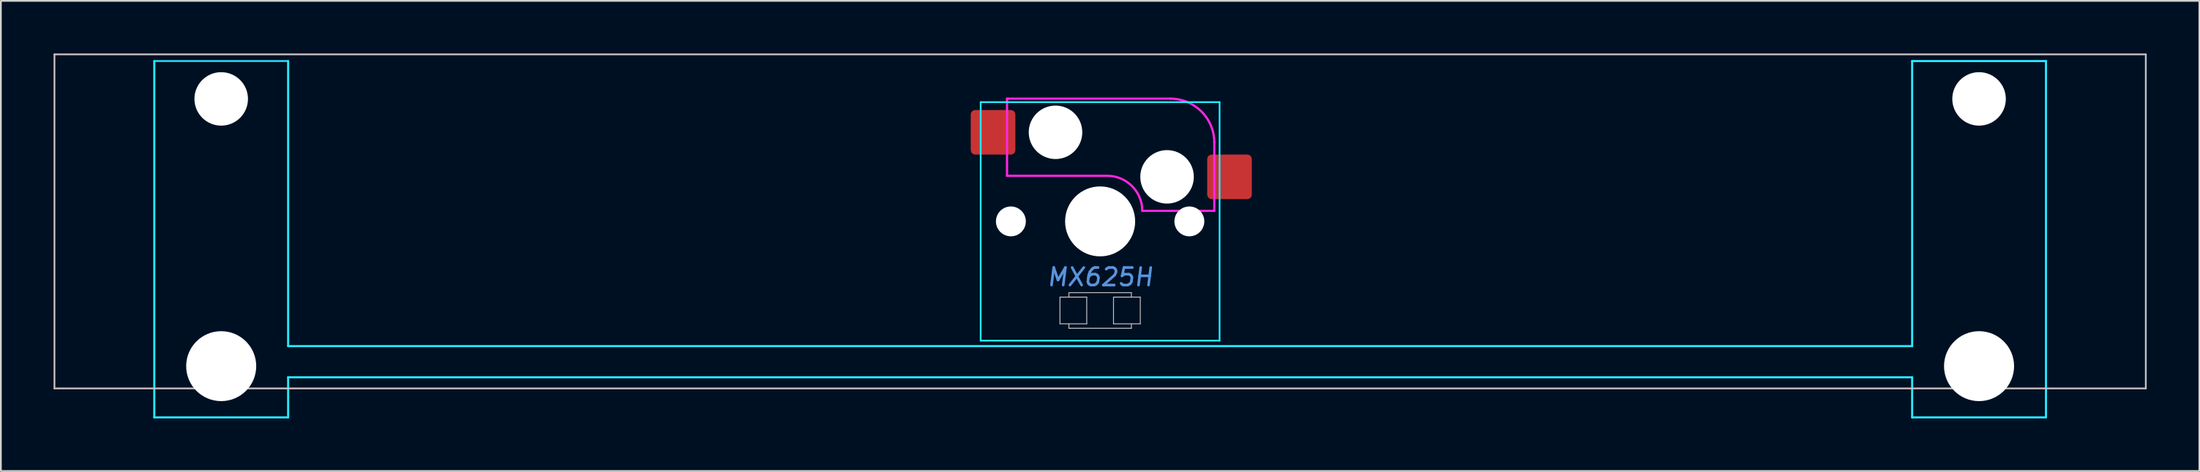
<source format=kicad_pcb>
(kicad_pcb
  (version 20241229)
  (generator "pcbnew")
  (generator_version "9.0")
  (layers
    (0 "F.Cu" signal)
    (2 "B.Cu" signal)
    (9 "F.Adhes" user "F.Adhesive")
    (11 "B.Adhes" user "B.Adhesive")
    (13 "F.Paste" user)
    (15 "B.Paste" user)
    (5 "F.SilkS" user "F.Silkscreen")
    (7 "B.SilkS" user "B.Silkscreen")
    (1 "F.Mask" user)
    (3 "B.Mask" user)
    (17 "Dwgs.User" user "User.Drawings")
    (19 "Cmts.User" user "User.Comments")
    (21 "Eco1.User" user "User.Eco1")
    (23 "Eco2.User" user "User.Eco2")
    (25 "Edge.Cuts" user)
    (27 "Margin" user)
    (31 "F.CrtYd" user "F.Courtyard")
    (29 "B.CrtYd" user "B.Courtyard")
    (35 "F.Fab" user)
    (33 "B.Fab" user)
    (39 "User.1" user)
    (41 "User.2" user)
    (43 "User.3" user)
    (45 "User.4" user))
  (footprint "MX625H"
    (layer "F.Cu")
    (at 59.581 9.575)
    (property "Reference" "MX625H" (at 0 3.175 0) (layer "Cmts.User") (effects (font (size 1 1) (thickness 0.15) (italic yes))))
    (attr smd)
    (fp_line (start -59.531 -9.525) (end -59.531 9.525) (stroke (width 0.1) (type solid)) (layer "Dwgs.User"))
    (fp_line (start -59.531 -9.525) (end 59.531 -9.525) (stroke (width 0.1) (type solid)) (layer "Dwgs.User"))
    (fp_line (start -59.531 9.525) (end 59.531 9.525) (stroke (width 0.1) (type solid)) (layer "Dwgs.User"))
    (fp_line (start -2.286 4.318) (end -0.762 4.318) (stroke (width 0.051) (type solid)) (layer "Dwgs.User"))
    (fp_line (start -2.286 5.842) (end -2.286 4.318) (stroke (width 0.051) (type solid)) (layer "Dwgs.User"))
    (fp_line (start -1.778 4.064) (end 1.778 4.064) (stroke (width 0.051) (type solid)) (layer "Dwgs.User"))
    (fp_line (start -1.778 4.318) (end -1.778 4.064) (stroke (width 0.051) (type solid)) (layer "Dwgs.User"))
    (fp_line (start -1.778 6.096) (end -1.778 5.842) (stroke (width 0.051) (type solid)) (layer "Dwgs.User"))
    (fp_line (start -0.762 4.318) (end -0.762 5.842) (stroke (width 0.051) (type solid)) (layer "Dwgs.User"))
    (fp_line (start -0.762 5.842) (end -2.286 5.842) (stroke (width 0.051) (type solid)) (layer "Dwgs.User"))
    (fp_line (start 0.762 4.318) (end 2.286 4.318) (stroke (width 0.051) (type solid)) (layer "Dwgs.User"))
    (fp_line (start 0.762 5.842) (end 0.762 4.318) (stroke (width 0.051) (type solid)) (layer "Dwgs.User"))
    (fp_line (start 1.778 4.064) (end 1.778 4.318) (stroke (width 0.051) (type solid)) (layer "Dwgs.User"))
    (fp_line (start 1.778 5.842) (end 1.778 6.096) (stroke (width 0.051) (type solid)) (layer "Dwgs.User"))
    (fp_line (start 1.778 6.096) (end -1.778 6.096) (stroke (width 0.051) (type solid)) (layer "Dwgs.User"))
    (fp_line (start 2.286 4.318) (end 2.286 5.842) (stroke (width 0.051) (type solid)) (layer "Dwgs.User"))
    (fp_line (start 2.286 5.842) (end 0.762 5.842) (stroke (width 0.051) (type solid)) (layer "Dwgs.User"))
    (fp_line (start 59.531 -9.525) (end 59.531 9.525) (stroke (width 0.1) (type solid)) (layer "Dwgs.User"))
    (fp_line (start -53.538 -5.485) (end -53.538 8.515) (stroke (width 0.1) (type solid)) (layer "Eco1.User"))
    (fp_line (start -53.038 -5.985) (end -47.038 -5.985) (stroke (width 0.1) (type solid)) (layer "Eco1.User"))
    (fp_line (start -47.038 9.015) (end -53.038 9.015) (stroke (width 0.1) (type solid)) (layer "Eco1.User"))
    (fp_line (start -46.538 8.515) (end -46.538 -5.485) (stroke (width 0.1) (type solid)) (layer "Eco1.User"))
    (fp_line (start -7 -6.5) (end -7 6.5) (stroke (width 0.1) (type solid)) (layer "Eco1.User"))
    (fp_line (start -6.5 7) (end 6.5 7) (stroke (width 0.1) (type solid)) (layer "Eco1.User"))
    (fp_line (start 6.5 -7) (end -6.5 -7) (stroke (width 0.1) (type solid)) (layer "Eco1.User"))
    (fp_line (start 7 6.5) (end 7 -6.5) (stroke (width 0.1) (type solid)) (layer "Eco1.User"))
    (fp_line (start 46.538 -5.485) (end 46.538 8.515) (stroke (width 0.1) (type solid)) (layer "Eco1.User"))
    (fp_line (start 47.038 -5.985) (end 53.038 -5.985) (stroke (width 0.1) (type solid)) (layer "Eco1.User"))
    (fp_line (start 53.038 9.015) (end 47.038 9.015) (stroke (width 0.1) (type solid)) (layer "Eco1.User"))
    (fp_line (start 53.538 8.515) (end 53.538 -5.485) (stroke (width 0.1) (type solid)) (layer "Eco1.User"))
    (fp_arc (start -53.538 -5.485) (mid -53.391553 -5.838553) (end -53.038 -5.985) (stroke (width 0.1) (type solid)) (layer "Eco1.User"))
    (fp_arc (start -53.038 9.015) (mid -53.391553 8.868553) (end -53.538 8.515) (stroke (width 0.1) (type solid)) (layer "Eco1.User"))
    (fp_arc (start -47.038 -5.985) (mid -46.684447 -5.838553) (end -46.538 -5.485) (stroke (width 0.1) (type solid)) (layer "Eco1.User"))
    (fp_arc (start -46.538 8.515) (mid -46.684447 8.868553) (end -47.038 9.015) (stroke (width 0.1) (type solid)) (layer "Eco1.User"))
    (fp_arc (start -7 -6.5) (mid -6.853553 -6.853553) (end -6.5 -7) (stroke (width 0.1) (type solid)) (layer "Eco1.User"))
    (fp_arc (start -6.5 7) (mid -6.853553 6.853553) (end -7 6.5) (stroke (width 0.1) (type solid)) (layer "Eco1.User"))
    (fp_arc (start 6.5 -7) (mid 6.853553 -6.853553) (end 7 -6.5) (stroke (width 0.1) (type solid)) (layer "Eco1.User"))
    (fp_arc (start 7 6.5) (mid 6.853553 6.853553) (end 6.5 7) (stroke (width 0.1) (type solid)) (layer "Eco1.User"))
    (fp_arc (start 46.538 -5.485) (mid 46.684447 -5.838553) (end 47.038 -5.985) (stroke (width 0.1) (type solid)) (layer "Eco1.User"))
    (fp_arc (start 47.038 9.015) (mid 46.684447 8.868553) (end 46.538 8.515) (stroke (width 0.1) (type solid)) (layer "Eco1.User"))
    (fp_arc (start 53.038 -5.985) (mid 53.391553 -5.838553) (end 53.538 -5.485) (stroke (width 0.1) (type solid)) (layer "Eco1.User"))
    (fp_arc (start 53.538 8.515) (mid 53.391553 8.868553) (end 53.038 9.015) (stroke (width 0.1) (type solid)) (layer "Eco1.User"))
    (fp_line (start -53.848 -9.144) (end -46.228 -9.144) (stroke (width 0.1) (type solid)) (layer "B.CrtYd"))
    (fp_line (start -53.848 11.176) (end -53.848 -9.144) (stroke (width 0.12) (type solid)) (layer "B.CrtYd"))
    (fp_line (start -53.848 11.176) (end -46.228 11.176) (stroke (width 0.12) (type solid)) (layer "B.CrtYd"))
    (fp_line (start -46.228 7.112) (end -46.228 -9.144) (stroke (width 0.12) (type solid)) (layer "B.CrtYd"))
    (fp_line (start -46.228 7.112) (end 46.228 7.112) (stroke (width 0.12) (type solid)) (layer "B.CrtYd"))
    (fp_line (start -46.228 8.89) (end 46.228 8.89) (stroke (width 0.12) (type solid)) (layer "B.CrtYd"))
    (fp_line (start -46.228 11.176) (end -46.228 8.89) (stroke (width 0.12) (type solid)) (layer "B.CrtYd"))
    (fp_line (start -6.8 -6.8) (end -6.8 6.8) (stroke (width 0.1) (type solid)) (layer "B.CrtYd"))
    (fp_line (start 6.8 -6.8) (end -6.8 -6.8) (stroke (width 0.1) (type solid)) (layer "B.CrtYd"))
    (fp_line (start 6.8 -6.8) (end 6.8 6.8) (stroke (width 0.1) (type solid)) (layer "B.CrtYd"))
    (fp_line (start 6.8 6.8) (end -6.8 6.8) (stroke (width 0.1) (type solid)) (layer "B.CrtYd"))
    (fp_line (start 46.228 7.112) (end 46.228 -9.144) (stroke (width 0.12) (type solid)) (layer "B.CrtYd"))
    (fp_line (start 46.228 11.176) (end 46.228 8.89) (stroke (width 0.12) (type solid)) (layer "B.CrtYd"))
    (fp_line (start 53.848 -9.144) (end 46.228 -9.144) (stroke (width 0.12) (type solid)) (layer "B.CrtYd"))
    (fp_line (start 53.848 11.176) (end 46.228 11.176) (stroke (width 0.12) (type solid)) (layer "B.CrtYd"))
    (fp_line (start 53.848 11.176) (end 53.848 -9.144) (stroke (width 0.12) (type solid)) (layer "B.CrtYd"))
    (fp_line (start -5.3 -7) (end -5.3 -2.6) (stroke (width 0.127) (type solid)) (layer "F.CrtYd"))
    (fp_line (start -5.2 -7) (end -5.3 -7) (stroke (width 0.12) (type solid)) (layer "F.CrtYd"))
    (fp_line (start 0.4 -2.6) (end -5.3 -2.6) (stroke (width 0.127) (type solid)) (layer "F.CrtYd"))
    (fp_line (start 4 -7) (end -5.2 -7) (stroke (width 0.12) (type solid)) (layer "F.CrtYd"))
    (fp_line (start 6.5 -4.5) (end 6.5 -0.6) (stroke (width 0.127) (type solid)) (layer "F.CrtYd"))
    (fp_line (start 6.5 -0.6) (end 2.4 -0.6) (stroke (width 0.12) (type solid)) (layer "F.CrtYd"))
    (fp_arc (start 0.4 -2.6) (mid 1.814214 -2.014214) (end 2.4 -0.6) (stroke (width 0.127) (type solid)) (layer "F.CrtYd"))
    (fp_arc (start 4 -7) (mid 5.767767 -6.267767) (end 6.5 -4.5) (stroke (width 0.127) (type solid)) (layer "F.CrtYd"))
    (pad "" np_thru_hole circle (at -50.038 -6.985) (size 3.048 3.048) (drill 3.048) (layers "*.Cu" "*.Mask"))
    (pad "" np_thru_hole circle (at -50.038 8.255) (size 3.988 3.988) (drill 3.988) (layers "*.Cu" "*.Mask"))
    (pad "" np_thru_hole circle (at -5.08 0) (size 1.702 1.702) (drill 1.702) (layers "*.Cu" "*.Mask"))
    (pad "" np_thru_hole circle (at -2.54 -5.08) (size 3.048 3.048) (drill 3.048) (layers "*.Cu" "*.Mask"))
    (pad "" np_thru_hole circle (at 0 0) (size 3.988 3.988) (drill 3.988) (layers "*.Cu" "*.Mask"))
    (pad "" np_thru_hole circle (at 3.81 -2.54) (size 3.048 3.048) (drill 3.048) (layers "*.Cu" "*.Mask"))
    (pad "" np_thru_hole circle (at 5.08 0) (size 1.702 1.702) (drill 1.702) (layers "*.Cu" "*.Mask"))
    (pad "" np_thru_hole circle (at 50.038 -6.985) (size 3.048 3.048) (drill 3.048) (layers "*.Cu" "*.Mask"))
    (pad "" np_thru_hole circle (at 50.038 8.255) (size 3.988 3.988) (drill 3.988) (layers "*.Cu" "*.Mask"))
    (pad "1" smd roundrect (at -6.096 -5.08) (size 2.54 2.54) (layers "F.Cu" "F.Mask") (roundrect_rratio 0.1))
    (pad "2" smd roundrect (at 7.366 -2.54) (size 2.54 2.54) (layers "F.Cu" "F.Mask") (roundrect_rratio 0.1)))
  (gr_rect
    (start -3 -3)
    (end 122.162 23.811)
    (stroke (width 0.1) (type default))
    (fill no)
    (layer "Edge.Cuts")))
</source>
